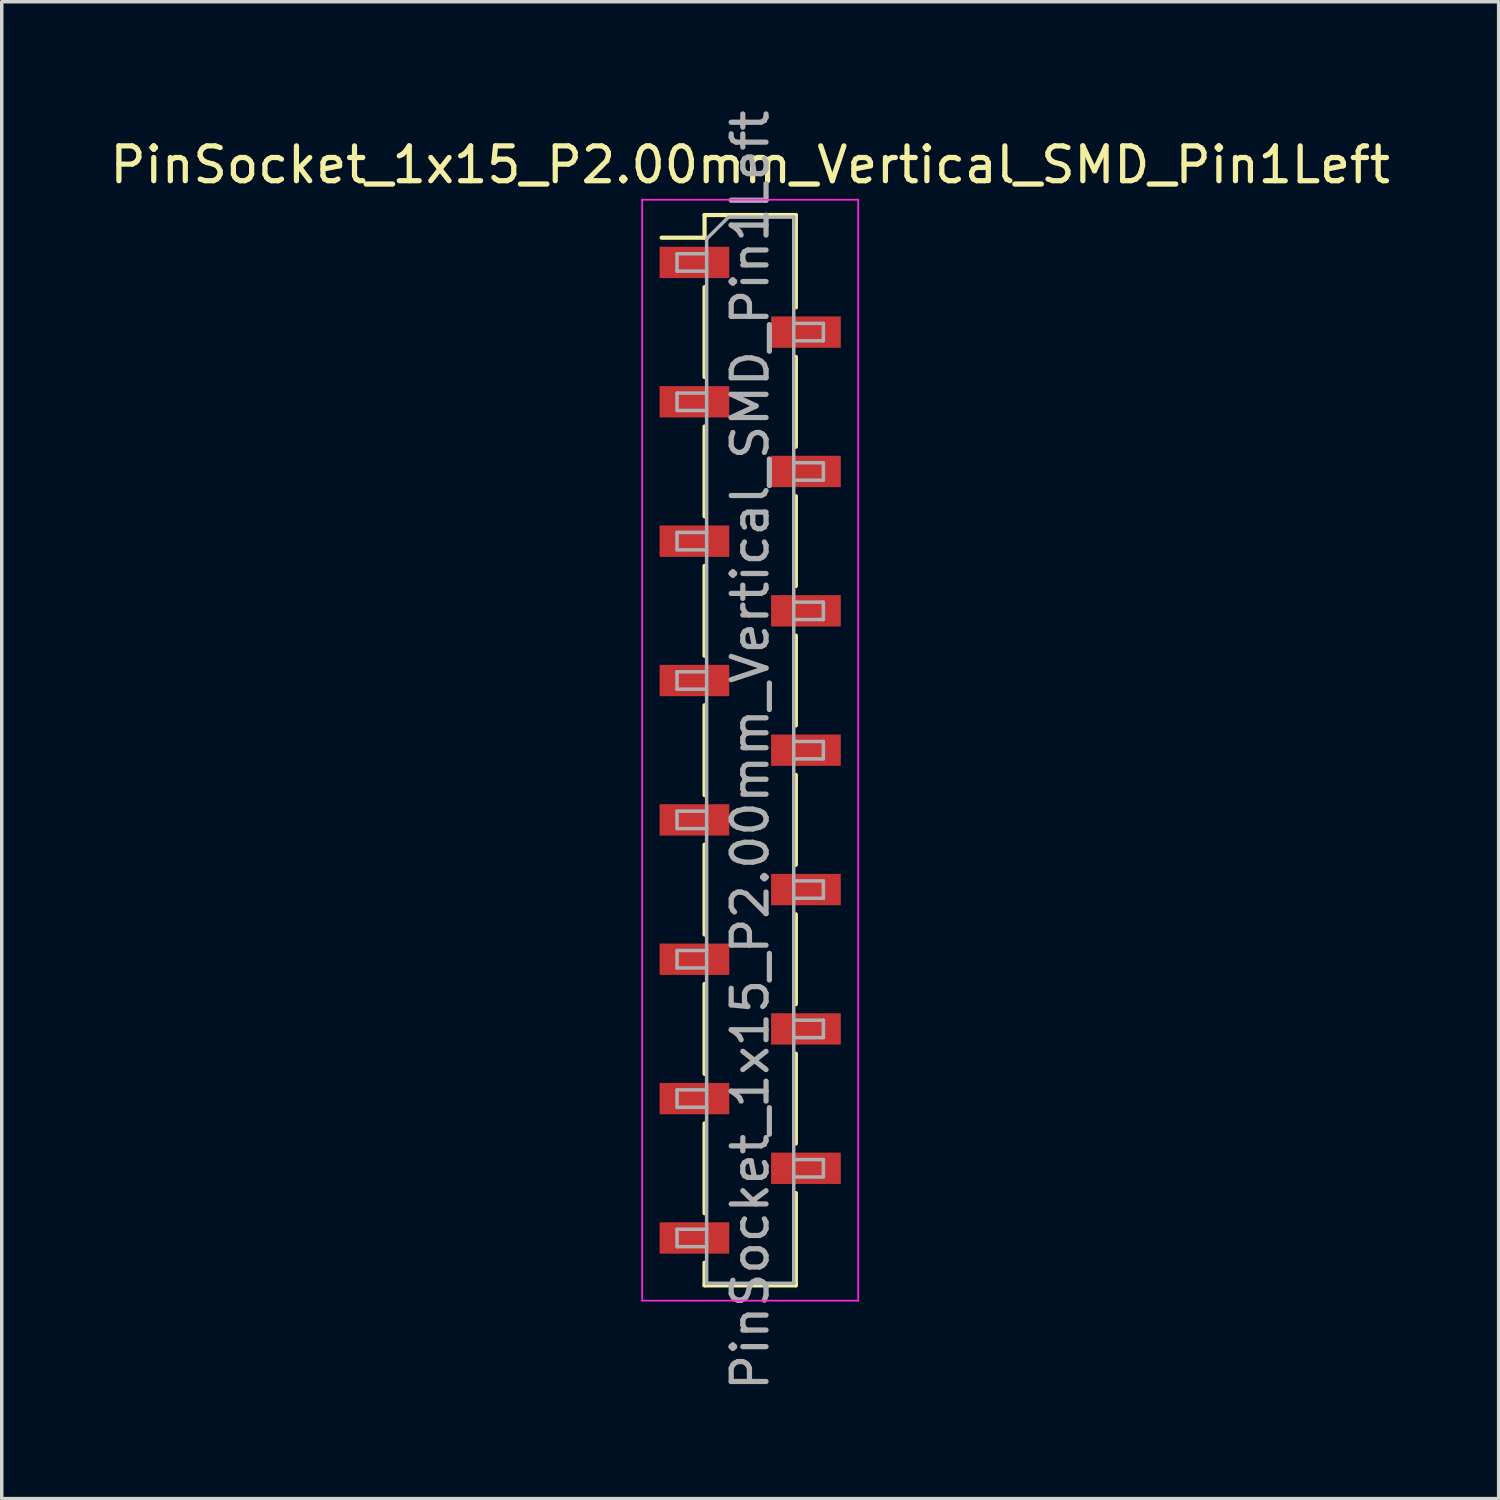
<source format=kicad_pcb>
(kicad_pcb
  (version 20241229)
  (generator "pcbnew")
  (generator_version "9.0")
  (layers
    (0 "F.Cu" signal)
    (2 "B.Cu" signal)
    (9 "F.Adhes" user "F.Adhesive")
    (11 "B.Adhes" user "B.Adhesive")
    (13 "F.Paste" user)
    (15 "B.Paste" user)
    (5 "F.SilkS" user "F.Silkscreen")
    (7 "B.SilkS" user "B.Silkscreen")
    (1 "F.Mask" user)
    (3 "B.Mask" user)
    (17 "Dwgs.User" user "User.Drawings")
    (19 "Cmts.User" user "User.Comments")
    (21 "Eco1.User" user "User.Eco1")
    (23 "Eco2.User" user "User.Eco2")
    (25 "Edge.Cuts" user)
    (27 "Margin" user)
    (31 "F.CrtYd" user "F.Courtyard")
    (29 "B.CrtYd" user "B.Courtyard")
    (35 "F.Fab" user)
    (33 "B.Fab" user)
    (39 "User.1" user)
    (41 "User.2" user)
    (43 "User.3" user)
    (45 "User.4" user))
  (footprint "PinSocket_1x15_P2.00mm_Vertical_SMD_Pin1Left"
    (layer "F.Cu")
    (at 18.482 18.482)
    (property "Reference" "PinSocket_1x15_P2.00mm_Vertical_SMD_Pin1Left" (at 0 -16.8 0) (layer "F.SilkS") (effects (font (size 1 1) (thickness 0.15))))
    (attr smd)
    (fp_line (start -2.54 -14.71) (end -1.31 -14.71) (stroke (width 0.12) (type solid)) (layer "F.SilkS"))
    (fp_line (start -1.31 -15.36) (end -1.31 -14.71) (stroke (width 0.12) (type solid)) (layer "F.SilkS"))
    (fp_line (start -1.31 -15.36) (end 1.31 -15.36) (stroke (width 0.12) (type solid)) (layer "F.SilkS"))
    (fp_line (start -1.31 -13.29) (end -1.31 -10.71) (stroke (width 0.12) (type solid)) (layer "F.SilkS"))
    (fp_line (start -1.31 -9.29) (end -1.31 -6.71) (stroke (width 0.12) (type solid)) (layer "F.SilkS"))
    (fp_line (start -1.31 -5.29) (end -1.31 -2.71) (stroke (width 0.12) (type solid)) (layer "F.SilkS"))
    (fp_line (start -1.31 -1.29) (end -1.31 1.29) (stroke (width 0.12) (type solid)) (layer "F.SilkS"))
    (fp_line (start -1.31 2.71) (end -1.31 5.29) (stroke (width 0.12) (type solid)) (layer "F.SilkS"))
    (fp_line (start -1.31 6.71) (end -1.31 9.29) (stroke (width 0.12) (type solid)) (layer "F.SilkS"))
    (fp_line (start -1.31 10.71) (end -1.31 13.29) (stroke (width 0.12) (type solid)) (layer "F.SilkS"))
    (fp_line (start -1.31 14.71) (end -1.31 15.36) (stroke (width 0.12) (type solid)) (layer "F.SilkS"))
    (fp_line (start -1.31 15.36) (end 1.31 15.36) (stroke (width 0.12) (type solid)) (layer "F.SilkS"))
    (fp_line (start 1.31 -15.36) (end 1.31 -12.71) (stroke (width 0.12) (type solid)) (layer "F.SilkS"))
    (fp_line (start 1.31 -11.29) (end 1.31 -8.71) (stroke (width 0.12) (type solid)) (layer "F.SilkS"))
    (fp_line (start 1.31 -7.29) (end 1.31 -4.71) (stroke (width 0.12) (type solid)) (layer "F.SilkS"))
    (fp_line (start 1.31 -3.29) (end 1.31 -0.71) (stroke (width 0.12) (type solid)) (layer "F.SilkS"))
    (fp_line (start 1.31 0.71) (end 1.31 3.29) (stroke (width 0.12) (type solid)) (layer "F.SilkS"))
    (fp_line (start 1.31 4.71) (end 1.31 7.29) (stroke (width 0.12) (type solid)) (layer "F.SilkS"))
    (fp_line (start 1.31 8.71) (end 1.31 11.29) (stroke (width 0.12) (type solid)) (layer "F.SilkS"))
    (fp_line (start 1.31 12.71) (end 1.31 15.36) (stroke (width 0.12) (type solid)) (layer "F.SilkS"))
    (fp_line (start -3.1 -15.8) (end 3.1 -15.8) (stroke (width 0.05) (type solid)) (layer "F.CrtYd"))
    (fp_line (start -3.1 15.8) (end -3.1 -15.8) (stroke (width 0.05) (type solid)) (layer "F.CrtYd"))
    (fp_line (start 3.1 -15.8) (end 3.1 15.8) (stroke (width 0.05) (type solid)) (layer "F.CrtYd"))
    (fp_line (start 3.1 15.8) (end -3.1 15.8) (stroke (width 0.05) (type solid)) (layer "F.CrtYd"))
    (fp_line (start -2.1 -14.25) (end -1.25 -14.25) (stroke (width 0.1) (type solid)) (layer "F.Fab"))
    (fp_line (start -2.1 -13.75) (end -2.1 -14.25) (stroke (width 0.1) (type solid)) (layer "F.Fab"))
    (fp_line (start -2.1 -10.25) (end -1.25 -10.25) (stroke (width 0.1) (type solid)) (layer "F.Fab"))
    (fp_line (start -2.1 -9.75) (end -2.1 -10.25) (stroke (width 0.1) (type solid)) (layer "F.Fab"))
    (fp_line (start -2.1 -6.25) (end -1.25 -6.25) (stroke (width 0.1) (type solid)) (layer "F.Fab"))
    (fp_line (start -2.1 -5.75) (end -2.1 -6.25) (stroke (width 0.1) (type solid)) (layer "F.Fab"))
    (fp_line (start -2.1 -2.25) (end -1.25 -2.25) (stroke (width 0.1) (type solid)) (layer "F.Fab"))
    (fp_line (start -2.1 -1.75) (end -2.1 -2.25) (stroke (width 0.1) (type solid)) (layer "F.Fab"))
    (fp_line (start -2.1 1.75) (end -1.25 1.75) (stroke (width 0.1) (type solid)) (layer "F.Fab"))
    (fp_line (start -2.1 2.25) (end -2.1 1.75) (stroke (width 0.1) (type solid)) (layer "F.Fab"))
    (fp_line (start -2.1 5.75) (end -1.25 5.75) (stroke (width 0.1) (type solid)) (layer "F.Fab"))
    (fp_line (start -2.1 6.25) (end -2.1 5.75) (stroke (width 0.1) (type solid)) (layer "F.Fab"))
    (fp_line (start -2.1 9.75) (end -1.25 9.75) (stroke (width 0.1) (type solid)) (layer "F.Fab"))
    (fp_line (start -2.1 10.25) (end -2.1 9.75) (stroke (width 0.1) (type solid)) (layer "F.Fab"))
    (fp_line (start -2.1 13.75) (end -1.25 13.75) (stroke (width 0.1) (type solid)) (layer "F.Fab"))
    (fp_line (start -2.1 14.25) (end -2.1 13.75) (stroke (width 0.1) (type solid)) (layer "F.Fab"))
    (fp_line (start -1.25 -14.675) (end -0.625 -15.3) (stroke (width 0.1) (type solid)) (layer "F.Fab"))
    (fp_line (start -1.25 -13.75) (end -2.1 -13.75) (stroke (width 0.1) (type solid)) (layer "F.Fab"))
    (fp_line (start -1.25 -9.75) (end -2.1 -9.75) (stroke (width 0.1) (type solid)) (layer "F.Fab"))
    (fp_line (start -1.25 -5.75) (end -2.1 -5.75) (stroke (width 0.1) (type solid)) (layer "F.Fab"))
    (fp_line (start -1.25 -1.75) (end -2.1 -1.75) (stroke (width 0.1) (type solid)) (layer "F.Fab"))
    (fp_line (start -1.25 2.25) (end -2.1 2.25) (stroke (width 0.1) (type solid)) (layer "F.Fab"))
    (fp_line (start -1.25 6.25) (end -2.1 6.25) (stroke (width 0.1) (type solid)) (layer "F.Fab"))
    (fp_line (start -1.25 10.25) (end -2.1 10.25) (stroke (width 0.1) (type solid)) (layer "F.Fab"))
    (fp_line (start -1.25 14.25) (end -2.1 14.25) (stroke (width 0.1) (type solid)) (layer "F.Fab"))
    (fp_line (start -1.25 15.3) (end -1.25 -14.675) (stroke (width 0.1) (type solid)) (layer "F.Fab"))
    (fp_line (start -0.625 -15.3) (end 1.25 -15.3) (stroke (width 0.1) (type solid)) (layer "F.Fab"))
    (fp_line (start 1.25 -15.3) (end 1.25 15.3) (stroke (width 0.1) (type solid)) (layer "F.Fab"))
    (fp_line (start 1.25 -12.25) (end 2.1 -12.25) (stroke (width 0.1) (type solid)) (layer "F.Fab"))
    (fp_line (start 1.25 -8.25) (end 2.1 -8.25) (stroke (width 0.1) (type solid)) (layer "F.Fab"))
    (fp_line (start 1.25 -4.25) (end 2.1 -4.25) (stroke (width 0.1) (type solid)) (layer "F.Fab"))
    (fp_line (start 1.25 -0.25) (end 2.1 -0.25) (stroke (width 0.1) (type solid)) (layer "F.Fab"))
    (fp_line (start 1.25 3.75) (end 2.1 3.75) (stroke (width 0.1) (type solid)) (layer "F.Fab"))
    (fp_line (start 1.25 7.75) (end 2.1 7.75) (stroke (width 0.1) (type solid)) (layer "F.Fab"))
    (fp_line (start 1.25 11.75) (end 2.1 11.75) (stroke (width 0.1) (type solid)) (layer "F.Fab"))
    (fp_line (start 1.25 15.3) (end -1.25 15.3) (stroke (width 0.1) (type solid)) (layer "F.Fab"))
    (fp_line (start 2.1 -12.25) (end 2.1 -11.75) (stroke (width 0.1) (type solid)) (layer "F.Fab"))
    (fp_line (start 2.1 -11.75) (end 1.25 -11.75) (stroke (width 0.1) (type solid)) (layer "F.Fab"))
    (fp_line (start 2.1 -8.25) (end 2.1 -7.75) (stroke (width 0.1) (type solid)) (layer "F.Fab"))
    (fp_line (start 2.1 -7.75) (end 1.25 -7.75) (stroke (width 0.1) (type solid)) (layer "F.Fab"))
    (fp_line (start 2.1 -4.25) (end 2.1 -3.75) (stroke (width 0.1) (type solid)) (layer "F.Fab"))
    (fp_line (start 2.1 -3.75) (end 1.25 -3.75) (stroke (width 0.1) (type solid)) (layer "F.Fab"))
    (fp_line (start 2.1 -0.25) (end 2.1 0.25) (stroke (width 0.1) (type solid)) (layer "F.Fab"))
    (fp_line (start 2.1 0.25) (end 1.25 0.25) (stroke (width 0.1) (type solid)) (layer "F.Fab"))
    (fp_line (start 2.1 3.75) (end 2.1 4.25) (stroke (width 0.1) (type solid)) (layer "F.Fab"))
    (fp_line (start 2.1 4.25) (end 1.25 4.25) (stroke (width 0.1) (type solid)) (layer "F.Fab"))
    (fp_line (start 2.1 7.75) (end 2.1 8.25) (stroke (width 0.1) (type solid)) (layer "F.Fab"))
    (fp_line (start 2.1 8.25) (end 1.25 8.25) (stroke (width 0.1) (type solid)) (layer "F.Fab"))
    (fp_line (start 2.1 11.75) (end 2.1 12.25) (stroke (width 0.1) (type solid)) (layer "F.Fab"))
    (fp_line (start 2.1 12.25) (end 1.25 12.25) (stroke (width 0.1) (type solid)) (layer "F.Fab"))
    (fp_text user "${REFERENCE}" (at 0 0 90) (layer "F.Fab") (effects (font (size 1 1) (thickness 0.15))))
    (pad "1" smd rect (at -1.6 -14) (size 2 0.9) (layers "F.Cu" "F.Mask" "F.Paste"))
    (pad "2" smd rect (at 1.6 -12) (size 2 0.9) (layers "F.Cu" "F.Mask" "F.Paste"))
    (pad "3" smd rect (at -1.6 -10) (size 2 0.9) (layers "F.Cu" "F.Mask" "F.Paste"))
    (pad "4" smd rect (at 1.6 -8) (size 2 0.9) (layers "F.Cu" "F.Mask" "F.Paste"))
    (pad "5" smd rect (at -1.6 -6) (size 2 0.9) (layers "F.Cu" "F.Mask" "F.Paste"))
    (pad "6" smd rect (at 1.6 -4) (size 2 0.9) (layers "F.Cu" "F.Mask" "F.Paste"))
    (pad "7" smd rect (at -1.6 -2) (size 2 0.9) (layers "F.Cu" "F.Mask" "F.Paste"))
    (pad "8" smd rect (at 1.6 0) (size 2 0.9) (layers "F.Cu" "F.Mask" "F.Paste"))
    (pad "9" smd rect (at -1.6 2) (size 2 0.9) (layers "F.Cu" "F.Mask" "F.Paste"))
    (pad "10" smd rect (at 1.6 4) (size 2 0.9) (layers "F.Cu" "F.Mask" "F.Paste"))
    (pad "11" smd rect (at -1.6 6) (size 2 0.9) (layers "F.Cu" "F.Mask" "F.Paste"))
    (pad "12" smd rect (at 1.6 8) (size 2 0.9) (layers "F.Cu" "F.Mask" "F.Paste"))
    (pad "13" smd rect (at -1.6 10) (size 2 0.9) (layers "F.Cu" "F.Mask" "F.Paste"))
    (pad "14" smd rect (at 1.6 12) (size 2 0.9) (layers "F.Cu" "F.Mask" "F.Paste"))
    (pad "15" smd rect (at -1.6 14) (size 2 0.9) (layers "F.Cu" "F.Mask" "F.Paste")))
  (gr_rect
    (start -3 -3)
    (end 39.964 39.964)
    (stroke (width 0.1) (type default))
    (fill no)
    (layer "Edge.Cuts")))
</source>
